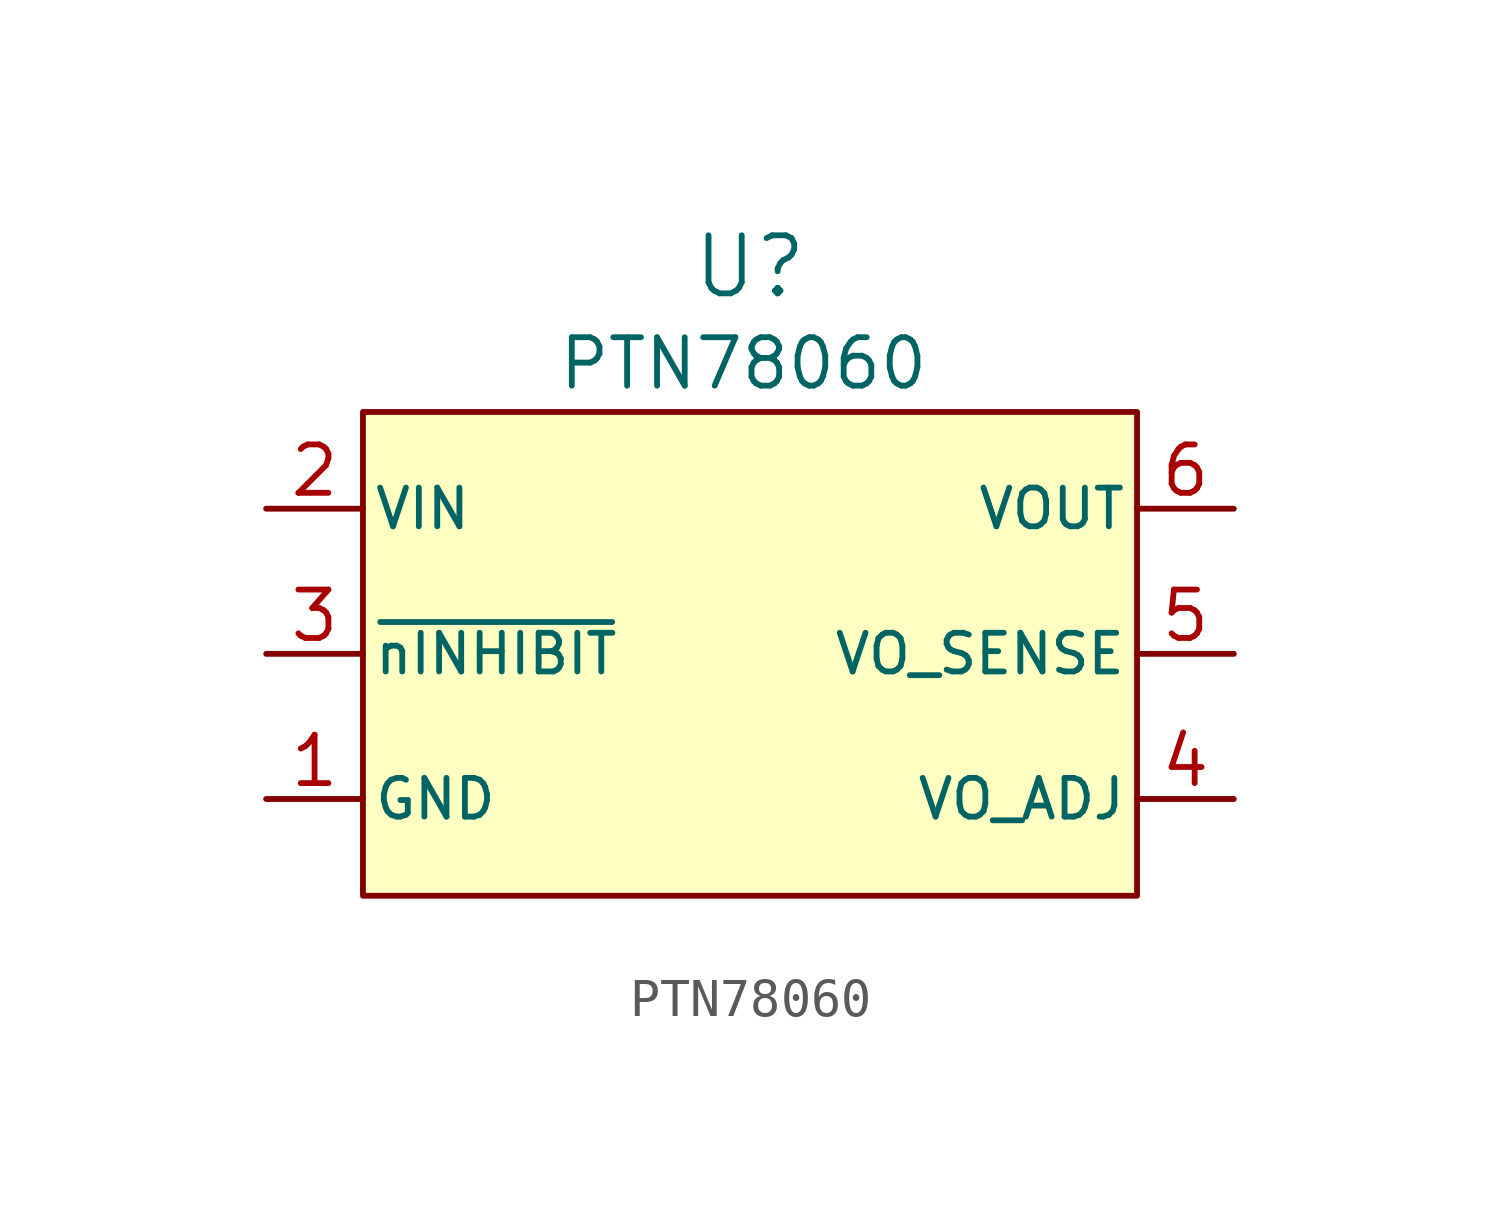
<source format=kicad_sym>
(kicad_symbol_lib
  (version 20201005)
  (generator kicad_symbol_editor)
  (symbol "CustomSymbols:PTN78060"
    (pin_names
      (offset 0.254))
    (property "Reference" "U"
      (at 0 10.16 0)
      (effects (font (size 1.524 1.524))))
    (property "Value" "PTN78060"
      (at -5.08 7.62 0)
      (effects (font (size 1.27 1.27)) (justify left)))
    (property "Datasheet" ""
      (at -12.7 0 0)
      (effects (font (size 1.524 1.524))))
    (symbol "PTN78060_0_0"
      (pin power_in line (at -12.7 -3.81 0) (length 2.54) (name "GND" (effects (font (size 1.016 1.016)))) (number "1" (effects (font (size 1.27 1.27)))))
      (pin input line (at -12.7 3.81 0) (length 2.54) (name "VIN" (effects (font (size 1.016 1.016)))) (number "2" (effects (font (size 1.27 1.27)))))
      (pin input line (at -12.7 0 0) (length 2.54) (name "~nINHIBIT" (effects (font (size 1.016 1.016)))) (number "3" (effects (font (size 1.27 1.27)))))
      (pin power_in line (at 12.7 -3.81 180) (length 2.54) (name "VO_ADJ" (effects (font (size 1.016 1.016)))) (number "4" (effects (font (size 1.27 1.27)))))
      (pin power_out line (at 12.7 0 180) (length 2.54) (name "VO_SENSE" (effects (font (size 1.016 1.016)))) (number "5" (effects (font (size 1.27 1.27)))))
      (pin power_out line (at 12.7 3.81 180) (length 2.54) (name "VOUT" (effects (font (size 1.016 1.016)))) (number "6" (effects (font (size 1.27 1.27)))))
      (pin input line (at -12.7 -3.81 0) (length 2.54) hide (name "GND" (effects (font (size 1.016 1.016)))) (number "7" (effects (font (size 1.27 1.27))))))
    (symbol "PTN78060_0_1"
      (rectangle (start -10.16 6.35) (end 10.16 -6.35) (stroke (width 0.152)) (fill (type background))))))
</source>
